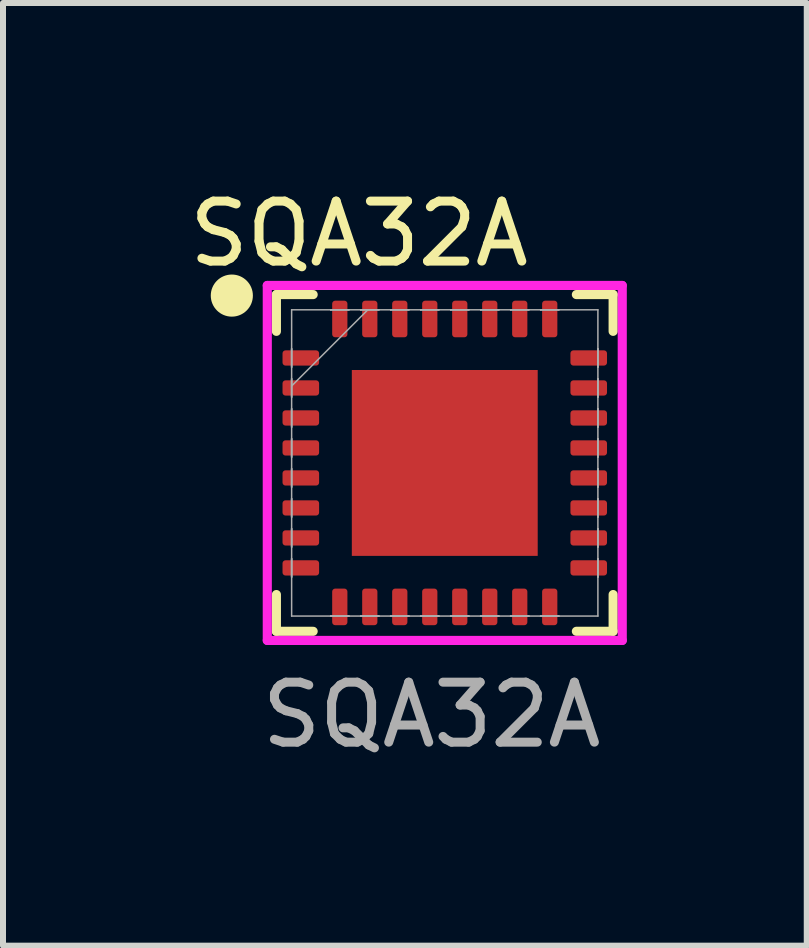
<source format=kicad_pcb>
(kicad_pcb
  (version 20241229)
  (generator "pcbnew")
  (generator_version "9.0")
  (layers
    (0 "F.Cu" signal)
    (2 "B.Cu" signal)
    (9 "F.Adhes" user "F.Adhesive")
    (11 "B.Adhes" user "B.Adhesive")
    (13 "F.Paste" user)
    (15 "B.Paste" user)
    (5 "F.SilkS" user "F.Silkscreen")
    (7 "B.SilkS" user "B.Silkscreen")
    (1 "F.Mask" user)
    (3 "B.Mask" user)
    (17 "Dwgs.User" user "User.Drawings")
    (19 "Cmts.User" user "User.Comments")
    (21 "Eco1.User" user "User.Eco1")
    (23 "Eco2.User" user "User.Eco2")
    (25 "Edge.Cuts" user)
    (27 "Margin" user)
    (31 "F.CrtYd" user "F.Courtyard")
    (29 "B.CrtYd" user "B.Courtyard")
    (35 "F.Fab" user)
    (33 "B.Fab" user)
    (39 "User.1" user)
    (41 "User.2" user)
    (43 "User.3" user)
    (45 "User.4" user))
  (footprint "SQA32A"
    (layer "F.Cu")
    (at 4.365 4.668)
    (property "Reference" "SQA32A" (at -1.43 -3.82 0) (unlocked yes) (layer "F.SilkS") (effects (font (size 1 1) (thickness 0.15))))
    (attr smd)
    (fp_line (start -2.807 -2.807) (end -2.807 -2.194) (stroke (width 0.152) (type solid)) (layer "F.SilkS"))
    (fp_line (start -2.807 2.194) (end -2.807 2.807) (stroke (width 0.152) (type solid)) (layer "F.SilkS"))
    (fp_line (start -2.807 2.807) (end -2.194 2.807) (stroke (width 0.152) (type solid)) (layer "F.SilkS"))
    (fp_line (start -2.194 -2.807) (end -2.807 -2.807) (stroke (width 0.152) (type solid)) (layer "F.SilkS"))
    (fp_line (start 2.194 2.807) (end 2.807 2.807) (stroke (width 0.152) (type solid)) (layer "F.SilkS"))
    (fp_line (start 2.807 -2.807) (end 2.194 -2.807) (stroke (width 0.152) (type solid)) (layer "F.SilkS"))
    (fp_line (start 2.807 -2.194) (end 2.807 -2.807) (stroke (width 0.152) (type solid)) (layer "F.SilkS"))
    (fp_line (start 2.807 2.807) (end 2.807 2.194) (stroke (width 0.152) (type solid)) (layer "F.SilkS"))
    (fp_circle (center -3.55 -2.79) (end -3.259 -2.79) (stroke (width 0.12) (type solid)) (fill yes) (layer "F.SilkS"))
    (fp_poly (pts (xy -1.395 -1.395) (xy -1.395 -0.1) (xy -0.1 -0.1) (xy -0.1 -1.395)) (stroke (width 0) (type solid)) (fill yes) (layer "F.Paste"))
    (fp_poly (pts (xy -1.395 0.1) (xy -1.395 1.395) (xy -0.1 1.395) (xy -0.1 0.1)) (stroke (width 0) (type solid)) (fill yes) (layer "F.Paste"))
    (fp_poly (pts (xy 0.1 -1.395) (xy 0.1 -0.1) (xy 1.395 -0.1) (xy 1.395 -1.395)) (stroke (width 0) (type solid)) (fill yes) (layer "F.Paste"))
    (fp_poly (pts (xy 0.1 0.1) (xy 0.1 1.395) (xy 1.395 1.395) (xy 1.395 0.1)) (stroke (width 0) (type solid)) (fill yes) (layer "F.Paste"))
    (fp_line (start -2.959 -2.959) (end 2.959 -2.959) (stroke (width 0.152) (type solid)) (layer "F.CrtYd"))
    (fp_line (start -2.959 2.959) (end -2.959 -2.959) (stroke (width 0.152) (type solid)) (layer "F.CrtYd"))
    (fp_line (start 2.959 -2.959) (end 2.959 2.959) (stroke (width 0.152) (type solid)) (layer "F.CrtYd"))
    (fp_line (start 2.959 2.959) (end -2.959 2.959) (stroke (width 0.152) (type solid)) (layer "F.CrtYd"))
    (fp_line (start -2.553 -2.553) (end -2.553 2.553) (stroke (width 0.025) (type solid)) (layer "F.Fab"))
    (fp_line (start -2.553 -1.902) (end -2.553 -1.902) (stroke (width 0.025) (type solid)) (layer "F.Fab"))
    (fp_line (start -2.553 -1.902) (end -2.553 -1.598) (stroke (width 0.025) (type solid)) (layer "F.Fab"))
    (fp_line (start -2.553 -1.598) (end -2.553 -1.902) (stroke (width 0.025) (type solid)) (layer "F.Fab"))
    (fp_line (start -2.553 -1.598) (end -2.553 -1.598) (stroke (width 0.025) (type solid)) (layer "F.Fab"))
    (fp_line (start -2.553 -1.402) (end -2.553 -1.402) (stroke (width 0.025) (type solid)) (layer "F.Fab"))
    (fp_line (start -2.553 -1.402) (end -2.553 -1.098) (stroke (width 0.025) (type solid)) (layer "F.Fab"))
    (fp_line (start -2.553 -1.283) (end -1.283 -2.553) (stroke (width 0.025) (type solid)) (layer "F.Fab"))
    (fp_line (start -2.553 -1.098) (end -2.553 -1.402) (stroke (width 0.025) (type solid)) (layer "F.Fab"))
    (fp_line (start -2.553 -1.098) (end -2.553 -1.098) (stroke (width 0.025) (type solid)) (layer "F.Fab"))
    (fp_line (start -2.553 -0.902) (end -2.553 -0.902) (stroke (width 0.025) (type solid)) (layer "F.Fab"))
    (fp_line (start -2.553 -0.902) (end -2.553 -0.598) (stroke (width 0.025) (type solid)) (layer "F.Fab"))
    (fp_line (start -2.553 -0.598) (end -2.553 -0.902) (stroke (width 0.025) (type solid)) (layer "F.Fab"))
    (fp_line (start -2.553 -0.598) (end -2.553 -0.598) (stroke (width 0.025) (type solid)) (layer "F.Fab"))
    (fp_line (start -2.553 -0.402) (end -2.553 -0.402) (stroke (width 0.025) (type solid)) (layer "F.Fab"))
    (fp_line (start -2.553 -0.402) (end -2.553 -0.098) (stroke (width 0.025) (type solid)) (layer "F.Fab"))
    (fp_line (start -2.553 -0.098) (end -2.553 -0.402) (stroke (width 0.025) (type solid)) (layer "F.Fab"))
    (fp_line (start -2.553 -0.098) (end -2.553 -0.098) (stroke (width 0.025) (type solid)) (layer "F.Fab"))
    (fp_line (start -2.553 0.098) (end -2.553 0.098) (stroke (width 0.025) (type solid)) (layer "F.Fab"))
    (fp_line (start -2.553 0.098) (end -2.553 0.402) (stroke (width 0.025) (type solid)) (layer "F.Fab"))
    (fp_line (start -2.553 0.402) (end -2.553 0.098) (stroke (width 0.025) (type solid)) (layer "F.Fab"))
    (fp_line (start -2.553 0.402) (end -2.553 0.402) (stroke (width 0.025) (type solid)) (layer "F.Fab"))
    (fp_line (start -2.553 0.598) (end -2.553 0.598) (stroke (width 0.025) (type solid)) (layer "F.Fab"))
    (fp_line (start -2.553 0.598) (end -2.553 0.902) (stroke (width 0.025) (type solid)) (layer "F.Fab"))
    (fp_line (start -2.553 0.902) (end -2.553 0.598) (stroke (width 0.025) (type solid)) (layer "F.Fab"))
    (fp_line (start -2.553 0.902) (end -2.553 0.902) (stroke (width 0.025) (type solid)) (layer "F.Fab"))
    (fp_line (start -2.553 1.098) (end -2.553 1.098) (stroke (width 0.025) (type solid)) (layer "F.Fab"))
    (fp_line (start -2.553 1.098) (end -2.553 1.402) (stroke (width 0.025) (type solid)) (layer "F.Fab"))
    (fp_line (start -2.553 1.402) (end -2.553 1.098) (stroke (width 0.025) (type solid)) (layer "F.Fab"))
    (fp_line (start -2.553 1.402) (end -2.553 1.402) (stroke (width 0.025) (type solid)) (layer "F.Fab"))
    (fp_line (start -2.553 1.598) (end -2.553 1.598) (stroke (width 0.025) (type solid)) (layer "F.Fab"))
    (fp_line (start -2.553 1.598) (end -2.553 1.902) (stroke (width 0.025) (type solid)) (layer "F.Fab"))
    (fp_line (start -2.553 1.902) (end -2.553 1.598) (stroke (width 0.025) (type solid)) (layer "F.Fab"))
    (fp_line (start -2.553 1.902) (end -2.553 1.902) (stroke (width 0.025) (type solid)) (layer "F.Fab"))
    (fp_line (start -2.553 2.553) (end 2.553 2.553) (stroke (width 0.025) (type solid)) (layer "F.Fab"))
    (fp_line (start -1.902 -2.553) (end -1.902 -2.553) (stroke (width 0.025) (type solid)) (layer "F.Fab"))
    (fp_line (start -1.902 -2.553) (end -1.598 -2.553) (stroke (width 0.025) (type solid)) (layer "F.Fab"))
    (fp_line (start -1.902 2.553) (end -1.902 2.553) (stroke (width 0.025) (type solid)) (layer "F.Fab"))
    (fp_line (start -1.902 2.553) (end -1.598 2.553) (stroke (width 0.025) (type solid)) (layer "F.Fab"))
    (fp_line (start -1.598 -2.553) (end -1.902 -2.553) (stroke (width 0.025) (type solid)) (layer "F.Fab"))
    (fp_line (start -1.598 -2.553) (end -1.598 -2.553) (stroke (width 0.025) (type solid)) (layer "F.Fab"))
    (fp_line (start -1.598 2.553) (end -1.902 2.553) (stroke (width 0.025) (type solid)) (layer "F.Fab"))
    (fp_line (start -1.598 2.553) (end -1.598 2.553) (stroke (width 0.025) (type solid)) (layer "F.Fab"))
    (fp_line (start -1.402 -2.553) (end -1.402 -2.553) (stroke (width 0.025) (type solid)) (layer "F.Fab"))
    (fp_line (start -1.402 -2.553) (end -1.098 -2.553) (stroke (width 0.025) (type solid)) (layer "F.Fab"))
    (fp_line (start -1.402 2.553) (end -1.402 2.553) (stroke (width 0.025) (type solid)) (layer "F.Fab"))
    (fp_line (start -1.402 2.553) (end -1.098 2.553) (stroke (width 0.025) (type solid)) (layer "F.Fab"))
    (fp_line (start -1.098 -2.553) (end -1.402 -2.553) (stroke (width 0.025) (type solid)) (layer "F.Fab"))
    (fp_line (start -1.098 -2.553) (end -1.098 -2.553) (stroke (width 0.025) (type solid)) (layer "F.Fab"))
    (fp_line (start -1.098 2.553) (end -1.402 2.553) (stroke (width 0.025) (type solid)) (layer "F.Fab"))
    (fp_line (start -1.098 2.553) (end -1.098 2.553) (stroke (width 0.025) (type solid)) (layer "F.Fab"))
    (fp_line (start -0.902 -2.553) (end -0.902 -2.553) (stroke (width 0.025) (type solid)) (layer "F.Fab"))
    (fp_line (start -0.902 -2.553) (end -0.598 -2.553) (stroke (width 0.025) (type solid)) (layer "F.Fab"))
    (fp_line (start -0.902 2.553) (end -0.902 2.553) (stroke (width 0.025) (type solid)) (layer "F.Fab"))
    (fp_line (start -0.902 2.553) (end -0.598 2.553) (stroke (width 0.025) (type solid)) (layer "F.Fab"))
    (fp_line (start -0.598 -2.553) (end -0.902 -2.553) (stroke (width 0.025) (type solid)) (layer "F.Fab"))
    (fp_line (start -0.598 -2.553) (end -0.598 -2.553) (stroke (width 0.025) (type solid)) (layer "F.Fab"))
    (fp_line (start -0.598 2.553) (end -0.902 2.553) (stroke (width 0.025) (type solid)) (layer "F.Fab"))
    (fp_line (start -0.598 2.553) (end -0.598 2.553) (stroke (width 0.025) (type solid)) (layer "F.Fab"))
    (fp_line (start -0.402 -2.553) (end -0.402 -2.553) (stroke (width 0.025) (type solid)) (layer "F.Fab"))
    (fp_line (start -0.402 -2.553) (end -0.098 -2.553) (stroke (width 0.025) (type solid)) (layer "F.Fab"))
    (fp_line (start -0.402 2.553) (end -0.402 2.553) (stroke (width 0.025) (type solid)) (layer "F.Fab"))
    (fp_line (start -0.402 2.553) (end -0.098 2.553) (stroke (width 0.025) (type solid)) (layer "F.Fab"))
    (fp_line (start -0.098 -2.553) (end -0.402 -2.553) (stroke (width 0.025) (type solid)) (layer "F.Fab"))
    (fp_line (start -0.098 -2.553) (end -0.098 -2.553) (stroke (width 0.025) (type solid)) (layer "F.Fab"))
    (fp_line (start -0.098 2.553) (end -0.402 2.553) (stroke (width 0.025) (type solid)) (layer "F.Fab"))
    (fp_line (start -0.098 2.553) (end -0.098 2.553) (stroke (width 0.025) (type solid)) (layer "F.Fab"))
    (fp_line (start 0.098 -2.553) (end 0.098 -2.553) (stroke (width 0.025) (type solid)) (layer "F.Fab"))
    (fp_line (start 0.098 -2.553) (end 0.402 -2.553) (stroke (width 0.025) (type solid)) (layer "F.Fab"))
    (fp_line (start 0.098 2.553) (end 0.098 2.553) (stroke (width 0.025) (type solid)) (layer "F.Fab"))
    (fp_line (start 0.098 2.553) (end 0.402 2.553) (stroke (width 0.025) (type solid)) (layer "F.Fab"))
    (fp_line (start 0.402 -2.553) (end 0.098 -2.553) (stroke (width 0.025) (type solid)) (layer "F.Fab"))
    (fp_line (start 0.402 -2.553) (end 0.402 -2.553) (stroke (width 0.025) (type solid)) (layer "F.Fab"))
    (fp_line (start 0.402 2.553) (end 0.098 2.553) (stroke (width 0.025) (type solid)) (layer "F.Fab"))
    (fp_line (start 0.402 2.553) (end 0.402 2.553) (stroke (width 0.025) (type solid)) (layer "F.Fab"))
    (fp_line (start 0.598 -2.553) (end 0.598 -2.553) (stroke (width 0.025) (type solid)) (layer "F.Fab"))
    (fp_line (start 0.598 -2.553) (end 0.902 -2.553) (stroke (width 0.025) (type solid)) (layer "F.Fab"))
    (fp_line (start 0.598 2.553) (end 0.598 2.553) (stroke (width 0.025) (type solid)) (layer "F.Fab"))
    (fp_line (start 0.598 2.553) (end 0.902 2.553) (stroke (width 0.025) (type solid)) (layer "F.Fab"))
    (fp_line (start 0.902 -2.553) (end 0.598 -2.553) (stroke (width 0.025) (type solid)) (layer "F.Fab"))
    (fp_line (start 0.902 -2.553) (end 0.902 -2.553) (stroke (width 0.025) (type solid)) (layer "F.Fab"))
    (fp_line (start 0.902 2.553) (end 0.598 2.553) (stroke (width 0.025) (type solid)) (layer "F.Fab"))
    (fp_line (start 0.902 2.553) (end 0.902 2.553) (stroke (width 0.025) (type solid)) (layer "F.Fab"))
    (fp_line (start 1.098 -2.553) (end 1.098 -2.553) (stroke (width 0.025) (type solid)) (layer "F.Fab"))
    (fp_line (start 1.098 -2.553) (end 1.402 -2.553) (stroke (width 0.025) (type solid)) (layer "F.Fab"))
    (fp_line (start 1.098 2.553) (end 1.098 2.553) (stroke (width 0.025) (type solid)) (layer "F.Fab"))
    (fp_line (start 1.098 2.553) (end 1.402 2.553) (stroke (width 0.025) (type solid)) (layer "F.Fab"))
    (fp_line (start 1.402 -2.553) (end 1.098 -2.553) (stroke (width 0.025) (type solid)) (layer "F.Fab"))
    (fp_line (start 1.402 -2.553) (end 1.402 -2.553) (stroke (width 0.025) (type solid)) (layer "F.Fab"))
    (fp_line (start 1.402 2.553) (end 1.098 2.553) (stroke (width 0.025) (type solid)) (layer "F.Fab"))
    (fp_line (start 1.402 2.553) (end 1.402 2.553) (stroke (width 0.025) (type solid)) (layer "F.Fab"))
    (fp_line (start 1.598 -2.553) (end 1.598 -2.553) (stroke (width 0.025) (type solid)) (layer "F.Fab"))
    (fp_line (start 1.598 -2.553) (end 1.902 -2.553) (stroke (width 0.025) (type solid)) (layer "F.Fab"))
    (fp_line (start 1.598 2.553) (end 1.598 2.553) (stroke (width 0.025) (type solid)) (layer "F.Fab"))
    (fp_line (start 1.598 2.553) (end 1.902 2.553) (stroke (width 0.025) (type solid)) (layer "F.Fab"))
    (fp_line (start 1.902 -2.553) (end 1.598 -2.553) (stroke (width 0.025) (type solid)) (layer "F.Fab"))
    (fp_line (start 1.902 -2.553) (end 1.902 -2.553) (stroke (width 0.025) (type solid)) (layer "F.Fab"))
    (fp_line (start 1.902 2.553) (end 1.598 2.553) (stroke (width 0.025) (type solid)) (layer "F.Fab"))
    (fp_line (start 1.902 2.553) (end 1.902 2.553) (stroke (width 0.025) (type solid)) (layer "F.Fab"))
    (fp_line (start 2.553 -2.553) (end -2.553 -2.553) (stroke (width 0.025) (type solid)) (layer "F.Fab"))
    (fp_line (start 2.553 -1.902) (end 2.553 -1.902) (stroke (width 0.025) (type solid)) (layer "F.Fab"))
    (fp_line (start 2.553 -1.902) (end 2.553 -1.598) (stroke (width 0.025) (type solid)) (layer "F.Fab"))
    (fp_line (start 2.553 -1.598) (end 2.553 -1.902) (stroke (width 0.025) (type solid)) (layer "F.Fab"))
    (fp_line (start 2.553 -1.598) (end 2.553 -1.598) (stroke (width 0.025) (type solid)) (layer "F.Fab"))
    (fp_line (start 2.553 -1.402) (end 2.553 -1.402) (stroke (width 0.025) (type solid)) (layer "F.Fab"))
    (fp_line (start 2.553 -1.402) (end 2.553 -1.098) (stroke (width 0.025) (type solid)) (layer "F.Fab"))
    (fp_line (start 2.553 -1.098) (end 2.553 -1.402) (stroke (width 0.025) (type solid)) (layer "F.Fab"))
    (fp_line (start 2.553 -1.098) (end 2.553 -1.098) (stroke (width 0.025) (type solid)) (layer "F.Fab"))
    (fp_line (start 2.553 -0.902) (end 2.553 -0.902) (stroke (width 0.025) (type solid)) (layer "F.Fab"))
    (fp_line (start 2.553 -0.902) (end 2.553 -0.598) (stroke (width 0.025) (type solid)) (layer "F.Fab"))
    (fp_line (start 2.553 -0.598) (end 2.553 -0.902) (stroke (width 0.025) (type solid)) (layer "F.Fab"))
    (fp_line (start 2.553 -0.598) (end 2.553 -0.598) (stroke (width 0.025) (type solid)) (layer "F.Fab"))
    (fp_line (start 2.553 -0.402) (end 2.553 -0.402) (stroke (width 0.025) (type solid)) (layer "F.Fab"))
    (fp_line (start 2.553 -0.402) (end 2.553 -0.098) (stroke (width 0.025) (type solid)) (layer "F.Fab"))
    (fp_line (start 2.553 -0.098) (end 2.553 -0.402) (stroke (width 0.025) (type solid)) (layer "F.Fab"))
    (fp_line (start 2.553 -0.098) (end 2.553 -0.098) (stroke (width 0.025) (type solid)) (layer "F.Fab"))
    (fp_line (start 2.553 0.098) (end 2.553 0.098) (stroke (width 0.025) (type solid)) (layer "F.Fab"))
    (fp_line (start 2.553 0.098) (end 2.553 0.402) (stroke (width 0.025) (type solid)) (layer "F.Fab"))
    (fp_line (start 2.553 0.402) (end 2.553 0.098) (stroke (width 0.025) (type solid)) (layer "F.Fab"))
    (fp_line (start 2.553 0.402) (end 2.553 0.402) (stroke (width 0.025) (type solid)) (layer "F.Fab"))
    (fp_line (start 2.553 0.598) (end 2.553 0.598) (stroke (width 0.025) (type solid)) (layer "F.Fab"))
    (fp_line (start 2.553 0.598) (end 2.553 0.902) (stroke (width 0.025) (type solid)) (layer "F.Fab"))
    (fp_line (start 2.553 0.902) (end 2.553 0.598) (stroke (width 0.025) (type solid)) (layer "F.Fab"))
    (fp_line (start 2.553 0.902) (end 2.553 0.902) (stroke (width 0.025) (type solid)) (layer "F.Fab"))
    (fp_line (start 2.553 1.098) (end 2.553 1.098) (stroke (width 0.025) (type solid)) (layer "F.Fab"))
    (fp_line (start 2.553 1.098) (end 2.553 1.402) (stroke (width 0.025) (type solid)) (layer "F.Fab"))
    (fp_line (start 2.553 1.402) (end 2.553 1.098) (stroke (width 0.025) (type solid)) (layer "F.Fab"))
    (fp_line (start 2.553 1.402) (end 2.553 1.402) (stroke (width 0.025) (type solid)) (layer "F.Fab"))
    (fp_line (start 2.553 1.598) (end 2.553 1.598) (stroke (width 0.025) (type solid)) (layer "F.Fab"))
    (fp_line (start 2.553 1.598) (end 2.553 1.902) (stroke (width 0.025) (type solid)) (layer "F.Fab"))
    (fp_line (start 2.553 1.902) (end 2.553 1.598) (stroke (width 0.025) (type solid)) (layer "F.Fab"))
    (fp_line (start 2.553 1.902) (end 2.553 1.902) (stroke (width 0.025) (type solid)) (layer "F.Fab"))
    (fp_line (start 2.553 2.553) (end 2.553 -2.553) (stroke (width 0.025) (type solid)) (layer "F.Fab"))
    (fp_text user "${REFERENCE}" (at -0.22 4.2 0) (unlocked yes) (layer "F.Fab") (effects (font (size 1 1) (thickness 0.15))))
    (pad "1" smd roundrect (at -2.4 -1.75 90) (size 0.254 0.61) (layers "F.Cu" "F.Mask" "F.Paste") (roundrect_rratio 0.197))
    (pad "2" smd roundrect (at -2.4 -1.25 90) (size 0.254 0.61) (layers "F.Cu" "F.Mask" "F.Paste") (roundrect_rratio 0.197))
    (pad "3" smd roundrect (at -2.4 -0.75 90) (size 0.254 0.61) (layers "F.Cu" "F.Mask" "F.Paste") (roundrect_rratio 0.197))
    (pad "4" smd roundrect (at -2.4 -0.25 90) (size 0.254 0.61) (layers "F.Cu" "F.Mask" "F.Paste") (roundrect_rratio 0.197))
    (pad "5" smd roundrect (at -2.4 0.25 90) (size 0.254 0.61) (layers "F.Cu" "F.Mask" "F.Paste") (roundrect_rratio 0.197))
    (pad "6" smd roundrect (at -2.4 0.75 90) (size 0.254 0.61) (layers "F.Cu" "F.Mask" "F.Paste") (roundrect_rratio 0.197))
    (pad "7" smd roundrect (at -2.4 1.25 90) (size 0.254 0.61) (layers "F.Cu" "F.Mask" "F.Paste") (roundrect_rratio 0.197))
    (pad "8" smd roundrect (at -2.4 1.75 90) (size 0.254 0.61) (layers "F.Cu" "F.Mask" "F.Paste") (roundrect_rratio 0.197))
    (pad "9" smd roundrect (at -1.75 2.4) (size 0.254 0.61) (layers "F.Cu" "F.Mask" "F.Paste") (roundrect_rratio 0.197))
    (pad "10" smd roundrect (at -1.25 2.4) (size 0.254 0.61) (layers "F.Cu" "F.Mask" "F.Paste") (roundrect_rratio 0.197))
    (pad "11" smd roundrect (at -0.75 2.4) (size 0.254 0.61) (layers "F.Cu" "F.Mask" "F.Paste") (roundrect_rratio 0.197))
    (pad "12" smd roundrect (at -0.25 2.4) (size 0.254 0.61) (layers "F.Cu" "F.Mask" "F.Paste") (roundrect_rratio 0.197))
    (pad "13" smd roundrect (at 0.25 2.4) (size 0.254 0.61) (layers "F.Cu" "F.Mask" "F.Paste") (roundrect_rratio 0.197))
    (pad "14" smd roundrect (at 0.75 2.4) (size 0.254 0.61) (layers "F.Cu" "F.Mask" "F.Paste") (roundrect_rratio 0.197))
    (pad "15" smd roundrect (at 1.25 2.4) (size 0.254 0.61) (layers "F.Cu" "F.Mask" "F.Paste") (roundrect_rratio 0.197))
    (pad "16" smd roundrect (at 1.75 2.4) (size 0.254 0.61) (layers "F.Cu" "F.Mask" "F.Paste") (roundrect_rratio 0.197))
    (pad "17" smd roundrect (at 2.4 1.75 90) (size 0.254 0.61) (layers "F.Cu" "F.Mask" "F.Paste") (roundrect_rratio 0.197))
    (pad "18" smd roundrect (at 2.4 1.25 90) (size 0.254 0.61) (layers "F.Cu" "F.Mask" "F.Paste") (roundrect_rratio 0.197))
    (pad "19" smd roundrect (at 2.4 0.75 90) (size 0.254 0.61) (layers "F.Cu" "F.Mask" "F.Paste") (roundrect_rratio 0.197))
    (pad "20" smd roundrect (at 2.4 0.25 90) (size 0.254 0.61) (layers "F.Cu" "F.Mask" "F.Paste") (roundrect_rratio 0.197))
    (pad "21" smd roundrect (at 2.4 -0.25 90) (size 0.254 0.61) (layers "F.Cu" "F.Mask" "F.Paste") (roundrect_rratio 0.197))
    (pad "22" smd roundrect (at 2.4 -0.75 90) (size 0.254 0.61) (layers "F.Cu" "F.Mask" "F.Paste") (roundrect_rratio 0.197))
    (pad "23" smd roundrect (at 2.4 -1.25 90) (size 0.254 0.61) (layers "F.Cu" "F.Mask" "F.Paste") (roundrect_rratio 0.197))
    (pad "24" smd roundrect (at 2.4 -1.75 90) (size 0.254 0.61) (layers "F.Cu" "F.Mask" "F.Paste") (roundrect_rratio 0.197))
    (pad "25" smd roundrect (at 1.75 -2.4) (size 0.254 0.61) (layers "F.Cu" "F.Mask" "F.Paste") (roundrect_rratio 0.197))
    (pad "26" smd roundrect (at 1.25 -2.4) (size 0.254 0.61) (layers "F.Cu" "F.Mask" "F.Paste") (roundrect_rratio 0.197))
    (pad "27" smd roundrect (at 0.75 -2.4) (size 0.254 0.61) (layers "F.Cu" "F.Mask" "F.Paste") (roundrect_rratio 0.197))
    (pad "28" smd roundrect (at 0.25 -2.4) (size 0.254 0.61) (layers "F.Cu" "F.Mask" "F.Paste") (roundrect_rratio 0.197))
    (pad "29" smd roundrect (at -0.25 -2.4) (size 0.254 0.61) (layers "F.Cu" "F.Mask" "F.Paste") (roundrect_rratio 0.197))
    (pad "30" smd roundrect (at -0.75 -2.4) (size 0.254 0.61) (layers "F.Cu" "F.Mask" "F.Paste") (roundrect_rratio 0.197))
    (pad "31" smd roundrect (at -1.25 -2.4) (size 0.254 0.61) (layers "F.Cu" "F.Mask" "F.Paste") (roundrect_rratio 0.197))
    (pad "32" smd roundrect (at -1.75 -2.4) (size 0.254 0.61) (layers "F.Cu" "F.Mask" "F.Paste") (roundrect_rratio 0.197))
    (pad "33" smd rect (at 0 0) (size 3.099 3.099) (layers "F.Cu" "F.Mask")))
  (gr_rect
    (start -3 -3)
    (end 10.4 12.716)
    (stroke (width 0.1) (type default))
    (fill no)
    (layer "Edge.Cuts")))
</source>
